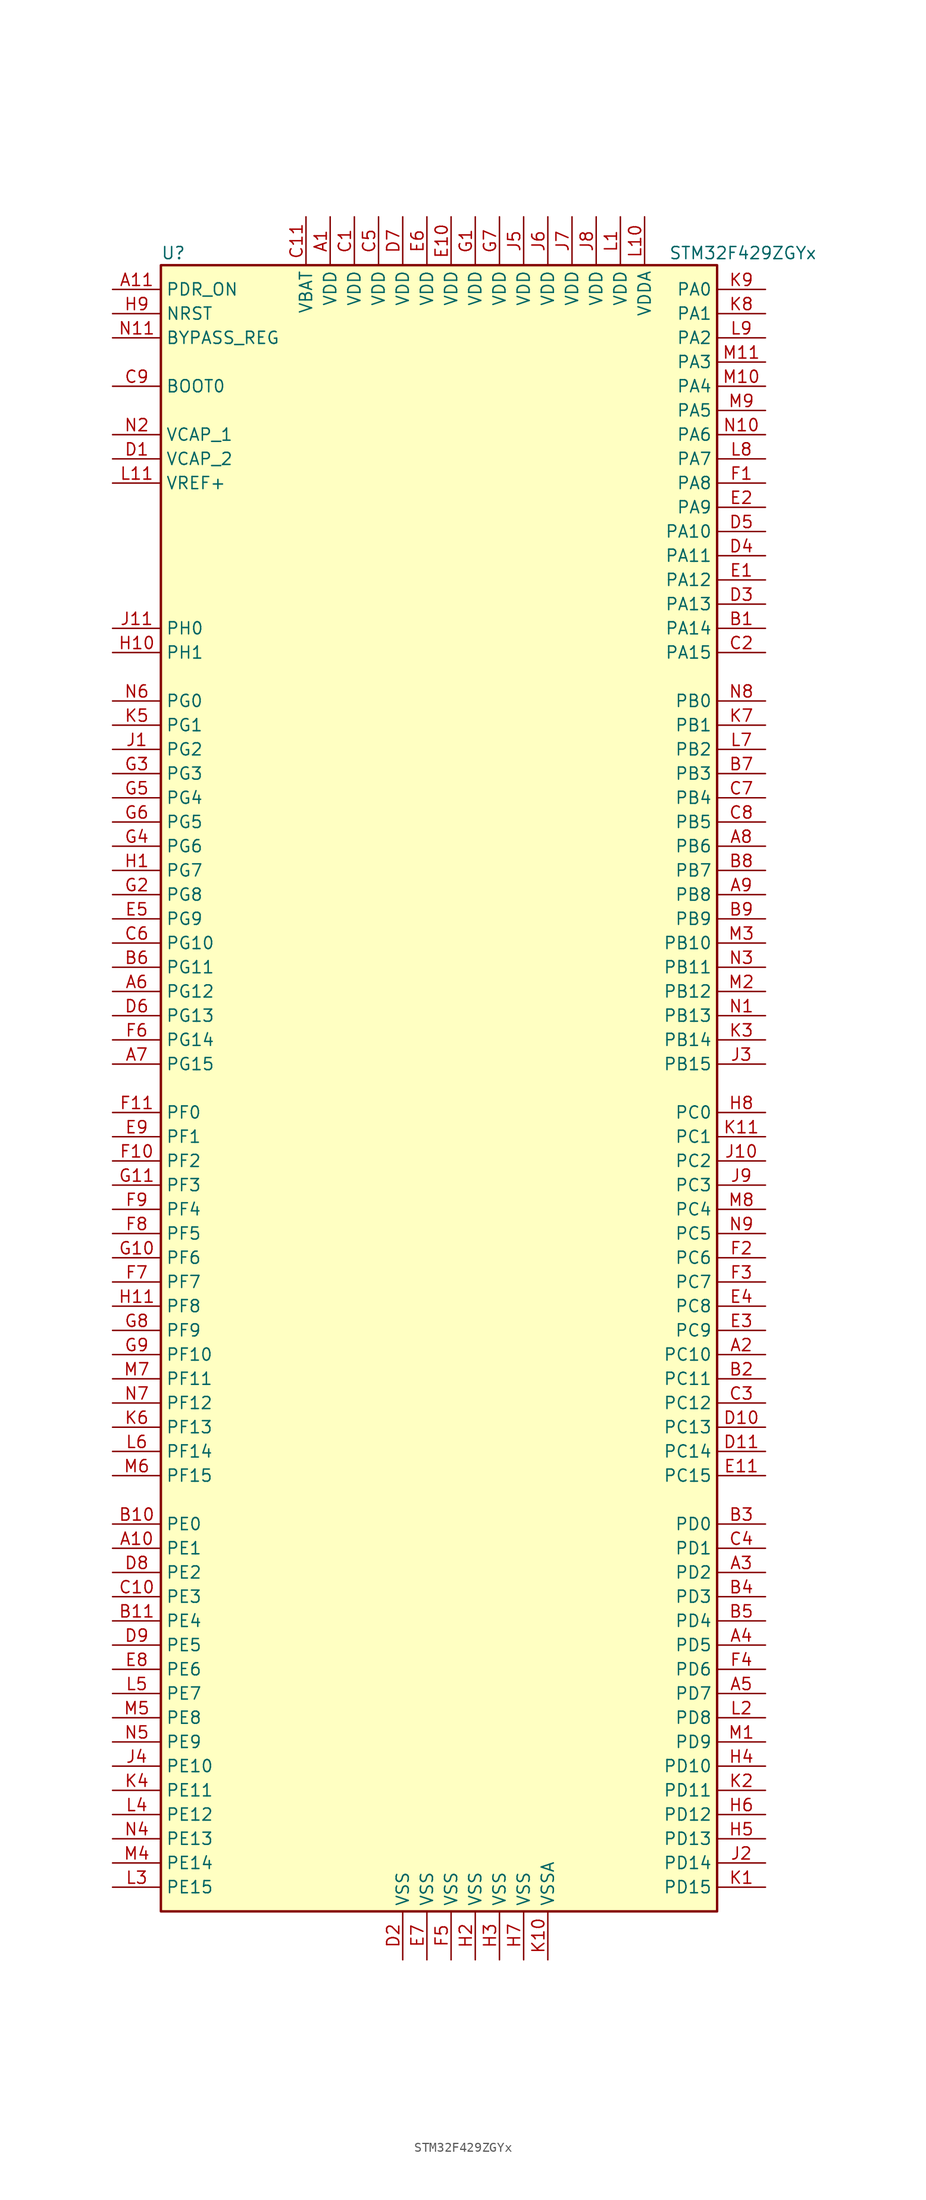
<source format=kicad_sym>
(kicad_symbol_lib
  (version 20201005)
  (generator kicad_symbol_editor)
  (symbol "STM32F429ZGYx"
    (property "Reference" "U"
      (at -30.48 87.63 0)
      (effects (font (size 1.27 1.27)) (justify left)))
    (property "Value" "STM32F429ZGYx"
      (at 22.86 87.63 0)
      (effects (font (size 1.27 1.27)) (justify left)))
    (symbol "STM32F429ZGYx_0_1"
      (rectangle (start -30.48 -86.36) (end 27.94 86.36) (stroke (width 0.254)) (fill (type background))))
    (symbol "STM32F429ZGYx_1_1"
      (pin input line (at -35.56 73.66 0) (length 5.08) (name "BOOT0" (effects (font (size 1.27 1.27)))) (number "C9" (effects (font (size 1.27 1.27)))))
      (pin input line (at -35.56 78.74 0) (length 5.08) (name "BYPASS_REG" (effects (font (size 1.27 1.27)))) (number "N11" (effects (font (size 1.27 1.27)))))
      (pin input line (at -35.56 81.28 0) (length 5.08) (name "NRST" (effects (font (size 1.27 1.27)))) (number "H9" (effects (font (size 1.27 1.27)))))
      (pin bidirectional line (at 33.02 83.82 180) (length 5.08) (name "PA0" (effects (font (size 1.27 1.27)))) (number "K9" (effects (font (size 1.27 1.27)))))
      (pin bidirectional line (at 33.02 81.28 180) (length 5.08) (name "PA1" (effects (font (size 1.27 1.27)))) (number "K8" (effects (font (size 1.27 1.27)))))
      (pin bidirectional line (at 33.02 58.42 180) (length 5.08) (name "PA10" (effects (font (size 1.27 1.27)))) (number "D5" (effects (font (size 1.27 1.27)))))
      (pin bidirectional line (at 33.02 55.88 180) (length 5.08) (name "PA11" (effects (font (size 1.27 1.27)))) (number "D4" (effects (font (size 1.27 1.27)))))
      (pin bidirectional line (at 33.02 53.34 180) (length 5.08) (name "PA12" (effects (font (size 1.27 1.27)))) (number "E1" (effects (font (size 1.27 1.27)))))
      (pin bidirectional line (at 33.02 50.8 180) (length 5.08) (name "PA13" (effects (font (size 1.27 1.27)))) (number "D3" (effects (font (size 1.27 1.27)))))
      (pin bidirectional line (at 33.02 48.26 180) (length 5.08) (name "PA14" (effects (font (size 1.27 1.27)))) (number "B1" (effects (font (size 1.27 1.27)))))
      (pin bidirectional line (at 33.02 45.72 180) (length 5.08) (name "PA15" (effects (font (size 1.27 1.27)))) (number "C2" (effects (font (size 1.27 1.27)))))
      (pin bidirectional line (at 33.02 78.74 180) (length 5.08) (name "PA2" (effects (font (size 1.27 1.27)))) (number "L9" (effects (font (size 1.27 1.27)))))
      (pin bidirectional line (at 33.02 76.2 180) (length 5.08) (name "PA3" (effects (font (size 1.27 1.27)))) (number "M11" (effects (font (size 1.27 1.27)))))
      (pin bidirectional line (at 33.02 73.66 180) (length 5.08) (name "PA4" (effects (font (size 1.27 1.27)))) (number "M10" (effects (font (size 1.27 1.27)))))
      (pin bidirectional line (at 33.02 71.12 180) (length 5.08) (name "PA5" (effects (font (size 1.27 1.27)))) (number "M9" (effects (font (size 1.27 1.27)))))
      (pin bidirectional line (at 33.02 68.58 180) (length 5.08) (name "PA6" (effects (font (size 1.27 1.27)))) (number "N10" (effects (font (size 1.27 1.27)))))
      (pin bidirectional line (at 33.02 66.04 180) (length 5.08) (name "PA7" (effects (font (size 1.27 1.27)))) (number "L8" (effects (font (size 1.27 1.27)))))
      (pin bidirectional line (at 33.02 63.5 180) (length 5.08) (name "PA8" (effects (font (size 1.27 1.27)))) (number "F1" (effects (font (size 1.27 1.27)))))
      (pin bidirectional line (at 33.02 60.96 180) (length 5.08) (name "PA9" (effects (font (size 1.27 1.27)))) (number "E2" (effects (font (size 1.27 1.27)))))
      (pin bidirectional line (at 33.02 40.64 180) (length 5.08) (name "PB0" (effects (font (size 1.27 1.27)))) (number "N8" (effects (font (size 1.27 1.27)))))
      (pin bidirectional line (at 33.02 38.1 180) (length 5.08) (name "PB1" (effects (font (size 1.27 1.27)))) (number "K7" (effects (font (size 1.27 1.27)))))
      (pin bidirectional line (at 33.02 15.24 180) (length 5.08) (name "PB10" (effects (font (size 1.27 1.27)))) (number "M3" (effects (font (size 1.27 1.27)))))
      (pin bidirectional line (at 33.02 12.7 180) (length 5.08) (name "PB11" (effects (font (size 1.27 1.27)))) (number "N3" (effects (font (size 1.27 1.27)))))
      (pin bidirectional line (at 33.02 10.16 180) (length 5.08) (name "PB12" (effects (font (size 1.27 1.27)))) (number "M2" (effects (font (size 1.27 1.27)))))
      (pin bidirectional line (at 33.02 7.62 180) (length 5.08) (name "PB13" (effects (font (size 1.27 1.27)))) (number "N1" (effects (font (size 1.27 1.27)))))
      (pin bidirectional line (at 33.02 5.08 180) (length 5.08) (name "PB14" (effects (font (size 1.27 1.27)))) (number "K3" (effects (font (size 1.27 1.27)))))
      (pin bidirectional line (at 33.02 2.54 180) (length 5.08) (name "PB15" (effects (font (size 1.27 1.27)))) (number "J3" (effects (font (size 1.27 1.27)))))
      (pin bidirectional line (at 33.02 35.56 180) (length 5.08) (name "PB2" (effects (font (size 1.27 1.27)))) (number "L7" (effects (font (size 1.27 1.27)))))
      (pin bidirectional line (at 33.02 33.02 180) (length 5.08) (name "PB3" (effects (font (size 1.27 1.27)))) (number "B7" (effects (font (size 1.27 1.27)))))
      (pin bidirectional line (at 33.02 30.48 180) (length 5.08) (name "PB4" (effects (font (size 1.27 1.27)))) (number "C7" (effects (font (size 1.27 1.27)))))
      (pin bidirectional line (at 33.02 27.94 180) (length 5.08) (name "PB5" (effects (font (size 1.27 1.27)))) (number "C8" (effects (font (size 1.27 1.27)))))
      (pin bidirectional line (at 33.02 25.4 180) (length 5.08) (name "PB6" (effects (font (size 1.27 1.27)))) (number "A8" (effects (font (size 1.27 1.27)))))
      (pin bidirectional line (at 33.02 22.86 180) (length 5.08) (name "PB7" (effects (font (size 1.27 1.27)))) (number "B8" (effects (font (size 1.27 1.27)))))
      (pin bidirectional line (at 33.02 20.32 180) (length 5.08) (name "PB8" (effects (font (size 1.27 1.27)))) (number "A9" (effects (font (size 1.27 1.27)))))
      (pin bidirectional line (at 33.02 17.78 180) (length 5.08) (name "PB9" (effects (font (size 1.27 1.27)))) (number "B9" (effects (font (size 1.27 1.27)))))
      (pin bidirectional line (at 33.02 -2.54 180) (length 5.08) (name "PC0" (effects (font (size 1.27 1.27)))) (number "H8" (effects (font (size 1.27 1.27)))))
      (pin bidirectional line (at 33.02 -5.08 180) (length 5.08) (name "PC1" (effects (font (size 1.27 1.27)))) (number "K11" (effects (font (size 1.27 1.27)))))
      (pin bidirectional line (at 33.02 -27.94 180) (length 5.08) (name "PC10" (effects (font (size 1.27 1.27)))) (number "A2" (effects (font (size 1.27 1.27)))))
      (pin bidirectional line (at 33.02 -30.48 180) (length 5.08) (name "PC11" (effects (font (size 1.27 1.27)))) (number "B2" (effects (font (size 1.27 1.27)))))
      (pin bidirectional line (at 33.02 -33.02 180) (length 5.08) (name "PC12" (effects (font (size 1.27 1.27)))) (number "C3" (effects (font (size 1.27 1.27)))))
      (pin bidirectional line (at 33.02 -35.56 180) (length 5.08) (name "PC13" (effects (font (size 1.27 1.27)))) (number "D10" (effects (font (size 1.27 1.27)))))
      (pin bidirectional line (at 33.02 -38.1 180) (length 5.08) (name "PC14" (effects (font (size 1.27 1.27)))) (number "D11" (effects (font (size 1.27 1.27)))))
      (pin bidirectional line (at 33.02 -40.64 180) (length 5.08) (name "PC15" (effects (font (size 1.27 1.27)))) (number "E11" (effects (font (size 1.27 1.27)))))
      (pin bidirectional line (at 33.02 -7.62 180) (length 5.08) (name "PC2" (effects (font (size 1.27 1.27)))) (number "J10" (effects (font (size 1.27 1.27)))))
      (pin bidirectional line (at 33.02 -10.16 180) (length 5.08) (name "PC3" (effects (font (size 1.27 1.27)))) (number "J9" (effects (font (size 1.27 1.27)))))
      (pin bidirectional line (at 33.02 -12.7 180) (length 5.08) (name "PC4" (effects (font (size 1.27 1.27)))) (number "M8" (effects (font (size 1.27 1.27)))))
      (pin bidirectional line (at 33.02 -15.24 180) (length 5.08) (name "PC5" (effects (font (size 1.27 1.27)))) (number "N9" (effects (font (size 1.27 1.27)))))
      (pin bidirectional line (at 33.02 -17.78 180) (length 5.08) (name "PC6" (effects (font (size 1.27 1.27)))) (number "F2" (effects (font (size 1.27 1.27)))))
      (pin bidirectional line (at 33.02 -20.32 180) (length 5.08) (name "PC7" (effects (font (size 1.27 1.27)))) (number "F3" (effects (font (size 1.27 1.27)))))
      (pin bidirectional line (at 33.02 -22.86 180) (length 5.08) (name "PC8" (effects (font (size 1.27 1.27)))) (number "E4" (effects (font (size 1.27 1.27)))))
      (pin bidirectional line (at 33.02 -25.4 180) (length 5.08) (name "PC9" (effects (font (size 1.27 1.27)))) (number "E3" (effects (font (size 1.27 1.27)))))
      (pin bidirectional line (at 33.02 -45.72 180) (length 5.08) (name "PD0" (effects (font (size 1.27 1.27)))) (number "B3" (effects (font (size 1.27 1.27)))))
      (pin bidirectional line (at 33.02 -48.26 180) (length 5.08) (name "PD1" (effects (font (size 1.27 1.27)))) (number "C4" (effects (font (size 1.27 1.27)))))
      (pin bidirectional line (at 33.02 -71.12 180) (length 5.08) (name "PD10" (effects (font (size 1.27 1.27)))) (number "H4" (effects (font (size 1.27 1.27)))))
      (pin bidirectional line (at 33.02 -73.66 180) (length 5.08) (name "PD11" (effects (font (size 1.27 1.27)))) (number "K2" (effects (font (size 1.27 1.27)))))
      (pin bidirectional line (at 33.02 -76.2 180) (length 5.08) (name "PD12" (effects (font (size 1.27 1.27)))) (number "H6" (effects (font (size 1.27 1.27)))))
      (pin bidirectional line (at 33.02 -78.74 180) (length 5.08) (name "PD13" (effects (font (size 1.27 1.27)))) (number "H5" (effects (font (size 1.27 1.27)))))
      (pin bidirectional line (at 33.02 -81.28 180) (length 5.08) (name "PD14" (effects (font (size 1.27 1.27)))) (number "J2" (effects (font (size 1.27 1.27)))))
      (pin bidirectional line (at 33.02 -83.82 180) (length 5.08) (name "PD15" (effects (font (size 1.27 1.27)))) (number "K1" (effects (font (size 1.27 1.27)))))
      (pin bidirectional line (at 33.02 -50.8 180) (length 5.08) (name "PD2" (effects (font (size 1.27 1.27)))) (number "A3" (effects (font (size 1.27 1.27)))))
      (pin bidirectional line (at 33.02 -53.34 180) (length 5.08) (name "PD3" (effects (font (size 1.27 1.27)))) (number "B4" (effects (font (size 1.27 1.27)))))
      (pin bidirectional line (at 33.02 -55.88 180) (length 5.08) (name "PD4" (effects (font (size 1.27 1.27)))) (number "B5" (effects (font (size 1.27 1.27)))))
      (pin bidirectional line (at 33.02 -58.42 180) (length 5.08) (name "PD5" (effects (font (size 1.27 1.27)))) (number "A4" (effects (font (size 1.27 1.27)))))
      (pin bidirectional line (at 33.02 -60.96 180) (length 5.08) (name "PD6" (effects (font (size 1.27 1.27)))) (number "F4" (effects (font (size 1.27 1.27)))))
      (pin bidirectional line (at 33.02 -63.5 180) (length 5.08) (name "PD7" (effects (font (size 1.27 1.27)))) (number "A5" (effects (font (size 1.27 1.27)))))
      (pin bidirectional line (at 33.02 -66.04 180) (length 5.08) (name "PD8" (effects (font (size 1.27 1.27)))) (number "L2" (effects (font (size 1.27 1.27)))))
      (pin bidirectional line (at 33.02 -68.58 180) (length 5.08) (name "PD9" (effects (font (size 1.27 1.27)))) (number "M1" (effects (font (size 1.27 1.27)))))
      (pin input line (at -35.56 83.82 0) (length 5.08) (name "PDR_ON" (effects (font (size 1.27 1.27)))) (number "A11" (effects (font (size 1.27 1.27)))))
      (pin bidirectional line (at -35.56 -45.72 0) (length 5.08) (name "PE0" (effects (font (size 1.27 1.27)))) (number "B10" (effects (font (size 1.27 1.27)))))
      (pin bidirectional line (at -35.56 -48.26 0) (length 5.08) (name "PE1" (effects (font (size 1.27 1.27)))) (number "A10" (effects (font (size 1.27 1.27)))))
      (pin bidirectional line (at -35.56 -71.12 0) (length 5.08) (name "PE10" (effects (font (size 1.27 1.27)))) (number "J4" (effects (font (size 1.27 1.27)))))
      (pin bidirectional line (at -35.56 -73.66 0) (length 5.08) (name "PE11" (effects (font (size 1.27 1.27)))) (number "K4" (effects (font (size 1.27 1.27)))))
      (pin bidirectional line (at -35.56 -76.2 0) (length 5.08) (name "PE12" (effects (font (size 1.27 1.27)))) (number "L4" (effects (font (size 1.27 1.27)))))
      (pin bidirectional line (at -35.56 -78.74 0) (length 5.08) (name "PE13" (effects (font (size 1.27 1.27)))) (number "N4" (effects (font (size 1.27 1.27)))))
      (pin bidirectional line (at -35.56 -81.28 0) (length 5.08) (name "PE14" (effects (font (size 1.27 1.27)))) (number "M4" (effects (font (size 1.27 1.27)))))
      (pin bidirectional line (at -35.56 -83.82 0) (length 5.08) (name "PE15" (effects (font (size 1.27 1.27)))) (number "L3" (effects (font (size 1.27 1.27)))))
      (pin bidirectional line (at -35.56 -50.8 0) (length 5.08) (name "PE2" (effects (font (size 1.27 1.27)))) (number "D8" (effects (font (size 1.27 1.27)))))
      (pin bidirectional line (at -35.56 -53.34 0) (length 5.08) (name "PE3" (effects (font (size 1.27 1.27)))) (number "C10" (effects (font (size 1.27 1.27)))))
      (pin bidirectional line (at -35.56 -55.88 0) (length 5.08) (name "PE4" (effects (font (size 1.27 1.27)))) (number "B11" (effects (font (size 1.27 1.27)))))
      (pin bidirectional line (at -35.56 -58.42 0) (length 5.08) (name "PE5" (effects (font (size 1.27 1.27)))) (number "D9" (effects (font (size 1.27 1.27)))))
      (pin bidirectional line (at -35.56 -60.96 0) (length 5.08) (name "PE6" (effects (font (size 1.27 1.27)))) (number "E8" (effects (font (size 1.27 1.27)))))
      (pin bidirectional line (at -35.56 -63.5 0) (length 5.08) (name "PE7" (effects (font (size 1.27 1.27)))) (number "L5" (effects (font (size 1.27 1.27)))))
      (pin bidirectional line (at -35.56 -66.04 0) (length 5.08) (name "PE8" (effects (font (size 1.27 1.27)))) (number "M5" (effects (font (size 1.27 1.27)))))
      (pin bidirectional line (at -35.56 -68.58 0) (length 5.08) (name "PE9" (effects (font (size 1.27 1.27)))) (number "N5" (effects (font (size 1.27 1.27)))))
      (pin bidirectional line (at -35.56 -2.54 0) (length 5.08) (name "PF0" (effects (font (size 1.27 1.27)))) (number "F11" (effects (font (size 1.27 1.27)))))
      (pin bidirectional line (at -35.56 -5.08 0) (length 5.08) (name "PF1" (effects (font (size 1.27 1.27)))) (number "E9" (effects (font (size 1.27 1.27)))))
      (pin bidirectional line (at -35.56 -27.94 0) (length 5.08) (name "PF10" (effects (font (size 1.27 1.27)))) (number "G9" (effects (font (size 1.27 1.27)))))
      (pin bidirectional line (at -35.56 -30.48 0) (length 5.08) (name "PF11" (effects (font (size 1.27 1.27)))) (number "M7" (effects (font (size 1.27 1.27)))))
      (pin bidirectional line (at -35.56 -33.02 0) (length 5.08) (name "PF12" (effects (font (size 1.27 1.27)))) (number "N7" (effects (font (size 1.27 1.27)))))
      (pin bidirectional line (at -35.56 -35.56 0) (length 5.08) (name "PF13" (effects (font (size 1.27 1.27)))) (number "K6" (effects (font (size 1.27 1.27)))))
      (pin bidirectional line (at -35.56 -38.1 0) (length 5.08) (name "PF14" (effects (font (size 1.27 1.27)))) (number "L6" (effects (font (size 1.27 1.27)))))
      (pin bidirectional line (at -35.56 -40.64 0) (length 5.08) (name "PF15" (effects (font (size 1.27 1.27)))) (number "M6" (effects (font (size 1.27 1.27)))))
      (pin bidirectional line (at -35.56 -7.62 0) (length 5.08) (name "PF2" (effects (font (size 1.27 1.27)))) (number "F10" (effects (font (size 1.27 1.27)))))
      (pin bidirectional line (at -35.56 -10.16 0) (length 5.08) (name "PF3" (effects (font (size 1.27 1.27)))) (number "G11" (effects (font (size 1.27 1.27)))))
      (pin bidirectional line (at -35.56 -12.7 0) (length 5.08) (name "PF4" (effects (font (size 1.27 1.27)))) (number "F9" (effects (font (size 1.27 1.27)))))
      (pin bidirectional line (at -35.56 -15.24 0) (length 5.08) (name "PF5" (effects (font (size 1.27 1.27)))) (number "F8" (effects (font (size 1.27 1.27)))))
      (pin bidirectional line (at -35.56 -17.78 0) (length 5.08) (name "PF6" (effects (font (size 1.27 1.27)))) (number "G10" (effects (font (size 1.27 1.27)))))
      (pin bidirectional line (at -35.56 -20.32 0) (length 5.08) (name "PF7" (effects (font (size 1.27 1.27)))) (number "F7" (effects (font (size 1.27 1.27)))))
      (pin bidirectional line (at -35.56 -22.86 0) (length 5.08) (name "PF8" (effects (font (size 1.27 1.27)))) (number "H11" (effects (font (size 1.27 1.27)))))
      (pin bidirectional line (at -35.56 -25.4 0) (length 5.08) (name "PF9" (effects (font (size 1.27 1.27)))) (number "G8" (effects (font (size 1.27 1.27)))))
      (pin bidirectional line (at -35.56 40.64 0) (length 5.08) (name "PG0" (effects (font (size 1.27 1.27)))) (number "N6" (effects (font (size 1.27 1.27)))))
      (pin bidirectional line (at -35.56 38.1 0) (length 5.08) (name "PG1" (effects (font (size 1.27 1.27)))) (number "K5" (effects (font (size 1.27 1.27)))))
      (pin bidirectional line (at -35.56 15.24 0) (length 5.08) (name "PG10" (effects (font (size 1.27 1.27)))) (number "C6" (effects (font (size 1.27 1.27)))))
      (pin bidirectional line (at -35.56 12.7 0) (length 5.08) (name "PG11" (effects (font (size 1.27 1.27)))) (number "B6" (effects (font (size 1.27 1.27)))))
      (pin bidirectional line (at -35.56 10.16 0) (length 5.08) (name "PG12" (effects (font (size 1.27 1.27)))) (number "A6" (effects (font (size 1.27 1.27)))))
      (pin bidirectional line (at -35.56 7.62 0) (length 5.08) (name "PG13" (effects (font (size 1.27 1.27)))) (number "D6" (effects (font (size 1.27 1.27)))))
      (pin bidirectional line (at -35.56 5.08 0) (length 5.08) (name "PG14" (effects (font (size 1.27 1.27)))) (number "F6" (effects (font (size 1.27 1.27)))))
      (pin bidirectional line (at -35.56 2.54 0) (length 5.08) (name "PG15" (effects (font (size 1.27 1.27)))) (number "A7" (effects (font (size 1.27 1.27)))))
      (pin bidirectional line (at -35.56 35.56 0) (length 5.08) (name "PG2" (effects (font (size 1.27 1.27)))) (number "J1" (effects (font (size 1.27 1.27)))))
      (pin bidirectional line (at -35.56 33.02 0) (length 5.08) (name "PG3" (effects (font (size 1.27 1.27)))) (number "G3" (effects (font (size 1.27 1.27)))))
      (pin bidirectional line (at -35.56 30.48 0) (length 5.08) (name "PG4" (effects (font (size 1.27 1.27)))) (number "G5" (effects (font (size 1.27 1.27)))))
      (pin bidirectional line (at -35.56 27.94 0) (length 5.08) (name "PG5" (effects (font (size 1.27 1.27)))) (number "G6" (effects (font (size 1.27 1.27)))))
      (pin bidirectional line (at -35.56 25.4 0) (length 5.08) (name "PG6" (effects (font (size 1.27 1.27)))) (number "G4" (effects (font (size 1.27 1.27)))))
      (pin bidirectional line (at -35.56 22.86 0) (length 5.08) (name "PG7" (effects (font (size 1.27 1.27)))) (number "H1" (effects (font (size 1.27 1.27)))))
      (pin bidirectional line (at -35.56 20.32 0) (length 5.08) (name "PG8" (effects (font (size 1.27 1.27)))) (number "G2" (effects (font (size 1.27 1.27)))))
      (pin bidirectional line (at -35.56 17.78 0) (length 5.08) (name "PG9" (effects (font (size 1.27 1.27)))) (number "E5" (effects (font (size 1.27 1.27)))))
      (pin input line (at -35.56 48.26 0) (length 5.08) (name "PH0" (effects (font (size 1.27 1.27)))) (number "J11" (effects (font (size 1.27 1.27)))))
      (pin input line (at -35.56 45.72 0) (length 5.08) (name "PH1" (effects (font (size 1.27 1.27)))) (number "H10" (effects (font (size 1.27 1.27)))))
      (pin power_in line (at -15.24 91.44 270) (length 5.08) (name "VBAT" (effects (font (size 1.27 1.27)))) (number "C11" (effects (font (size 1.27 1.27)))))
      (pin power_in line (at -35.56 68.58 0) (length 5.08) (name "VCAP_1" (effects (font (size 1.27 1.27)))) (number "N2" (effects (font (size 1.27 1.27)))))
      (pin power_in line (at -35.56 66.04 0) (length 5.08) (name "VCAP_2" (effects (font (size 1.27 1.27)))) (number "D1" (effects (font (size 1.27 1.27)))))
      (pin power_in line (at -12.7 91.44 270) (length 5.08) (name "VDD" (effects (font (size 1.27 1.27)))) (number "A1" (effects (font (size 1.27 1.27)))))
      (pin power_in line (at -10.16 91.44 270) (length 5.08) (name "VDD" (effects (font (size 1.27 1.27)))) (number "C1" (effects (font (size 1.27 1.27)))))
      (pin power_in line (at -7.62 91.44 270) (length 5.08) (name "VDD" (effects (font (size 1.27 1.27)))) (number "C5" (effects (font (size 1.27 1.27)))))
      (pin power_in line (at -5.08 91.44 270) (length 5.08) (name "VDD" (effects (font (size 1.27 1.27)))) (number "D7" (effects (font (size 1.27 1.27)))))
      (pin power_in line (at 0 91.44 270) (length 5.08) (name "VDD" (effects (font (size 1.27 1.27)))) (number "E10" (effects (font (size 1.27 1.27)))))
      (pin power_in line (at -2.54 91.44 270) (length 5.08) (name "VDD" (effects (font (size 1.27 1.27)))) (number "E6" (effects (font (size 1.27 1.27)))))
      (pin power_in line (at 2.54 91.44 270) (length 5.08) (name "VDD" (effects (font (size 1.27 1.27)))) (number "G1" (effects (font (size 1.27 1.27)))))
      (pin power_in line (at 5.08 91.44 270) (length 5.08) (name "VDD" (effects (font (size 1.27 1.27)))) (number "G7" (effects (font (size 1.27 1.27)))))
      (pin power_in line (at 7.62 91.44 270) (length 5.08) (name "VDD" (effects (font (size 1.27 1.27)))) (number "J5" (effects (font (size 1.27 1.27)))))
      (pin power_in line (at 10.16 91.44 270) (length 5.08) (name "VDD" (effects (font (size 1.27 1.27)))) (number "J6" (effects (font (size 1.27 1.27)))))
      (pin power_in line (at 12.7 91.44 270) (length 5.08) (name "VDD" (effects (font (size 1.27 1.27)))) (number "J7" (effects (font (size 1.27 1.27)))))
      (pin power_in line (at 15.24 91.44 270) (length 5.08) (name "VDD" (effects (font (size 1.27 1.27)))) (number "J8" (effects (font (size 1.27 1.27)))))
      (pin power_in line (at 17.78 91.44 270) (length 5.08) (name "VDD" (effects (font (size 1.27 1.27)))) (number "L1" (effects (font (size 1.27 1.27)))))
      (pin power_in line (at 20.32 91.44 270) (length 5.08) (name "VDDA" (effects (font (size 1.27 1.27)))) (number "L10" (effects (font (size 1.27 1.27)))))
      (pin power_in line (at -35.56 63.5 0) (length 5.08) (name "VREF+" (effects (font (size 1.27 1.27)))) (number "L11" (effects (font (size 1.27 1.27)))))
      (pin power_in line (at -5.08 -91.44 90) (length 5.08) (name "VSS" (effects (font (size 1.27 1.27)))) (number "D2" (effects (font (size 1.27 1.27)))))
      (pin power_in line (at -2.54 -91.44 90) (length 5.08) (name "VSS" (effects (font (size 1.27 1.27)))) (number "E7" (effects (font (size 1.27 1.27)))))
      (pin power_in line (at 0 -91.44 90) (length 5.08) (name "VSS" (effects (font (size 1.27 1.27)))) (number "F5" (effects (font (size 1.27 1.27)))))
      (pin power_in line (at 2.54 -91.44 90) (length 5.08) (name "VSS" (effects (font (size 1.27 1.27)))) (number "H2" (effects (font (size 1.27 1.27)))))
      (pin power_in line (at 5.08 -91.44 90) (length 5.08) (name "VSS" (effects (font (size 1.27 1.27)))) (number "H3" (effects (font (size 1.27 1.27)))))
      (pin power_in line (at 7.62 -91.44 90) (length 5.08) (name "VSS" (effects (font (size 1.27 1.27)))) (number "H7" (effects (font (size 1.27 1.27)))))
      (pin power_in line (at 10.16 -91.44 90) (length 5.08) (name "VSSA" (effects (font (size 1.27 1.27)))) (number "K10" (effects (font (size 1.27 1.27))))))))
</source>
